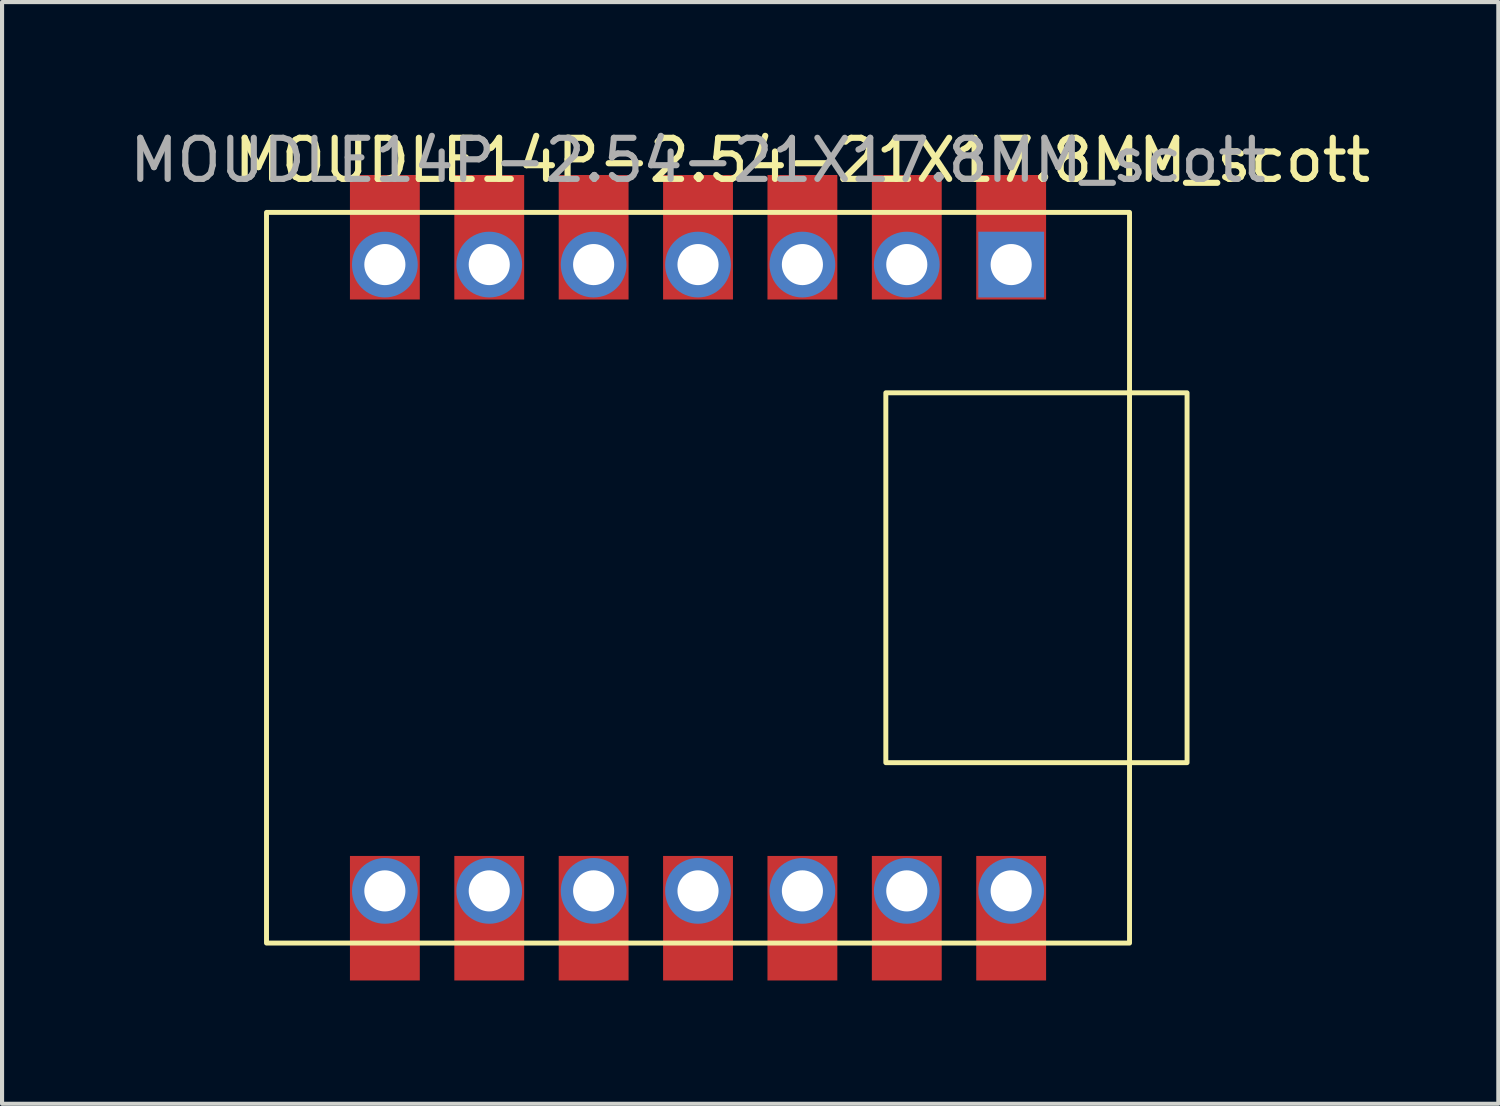
<source format=kicad_pcb>
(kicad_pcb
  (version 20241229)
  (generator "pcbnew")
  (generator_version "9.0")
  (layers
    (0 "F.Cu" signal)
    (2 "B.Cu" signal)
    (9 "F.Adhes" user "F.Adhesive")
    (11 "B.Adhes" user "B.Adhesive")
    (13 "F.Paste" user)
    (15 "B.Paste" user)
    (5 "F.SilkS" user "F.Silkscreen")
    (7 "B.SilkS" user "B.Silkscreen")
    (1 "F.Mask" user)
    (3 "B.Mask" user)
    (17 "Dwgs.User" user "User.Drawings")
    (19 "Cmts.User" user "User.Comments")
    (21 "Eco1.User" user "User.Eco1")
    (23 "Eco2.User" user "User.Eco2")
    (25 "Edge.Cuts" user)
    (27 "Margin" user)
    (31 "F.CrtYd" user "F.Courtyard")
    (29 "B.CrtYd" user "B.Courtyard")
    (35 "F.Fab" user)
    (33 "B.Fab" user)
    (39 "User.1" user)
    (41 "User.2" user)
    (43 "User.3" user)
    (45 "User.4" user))
  (footprint "MOUDLE14P-2.54-21X17.8MM_scott"
    (layer "F.Cu")
    (at 13.935 11.008)
    (property "Reference" "MOUDLE14P-2.54-21X17.8MM_scott" (at 2.54 -10.16 0) (unlocked yes) (layer "F.SilkS") (effects (font (size 1 1) (thickness 0.15))))
    (attr through_hole)
    (fp_rect (start -10.5 -8.89) (end 10.5 8.89) (stroke (width 0.12) (type solid)) (fill no) (layer "F.SilkS"))
    (fp_rect (start 4.57 -4.5) (end 11.9 4.5) (stroke (width 0.12) (type solid)) (fill no) (layer "F.SilkS"))
    (fp_text user "${REFERENCE}" (at 0 -10.16 0) (unlocked yes) (layer "F.Fab") (effects (font (size 1 1) (thickness 0.15))))
    (pad "1" thru_hole rect (at 7.62 -7.62) (size 1.6 1.6) (drill 1) (layers "*.Cu" "*.Mask"))
    (pad "1" smd rect (at 7.62 -7.62 270) (size 3.03 1.7) (drill (offset -0.665 -0.000001)) (layers "F.Cu" "F.Mask"))
    (pad "2" thru_hole circle (at 5.08 -7.62) (size 1.6 1.6) (drill 1) (layers "*.Cu" "*.Mask"))
    (pad "2" smd rect (at 5.08 -7.385 270) (size 3.03 1.7) (drill (offset -0.9 0)) (layers "F.Cu" "F.Mask"))
    (pad "3" thru_hole circle (at 2.54 -7.62) (size 1.6 1.6) (drill 1) (layers "*.Cu" "*.Mask"))
    (pad "3" smd rect (at 2.54 -7.385 270) (size 3.03 1.7) (drill (offset -0.9 0)) (layers "F.Cu" "F.Mask"))
    (pad "4" thru_hole circle (at 0 -7.62) (size 1.6 1.6) (drill 1) (layers "*.Cu" "*.Mask"))
    (pad "4" smd rect (at 0 -7.385 270) (size 3.03 1.7) (drill (offset -0.9 0)) (layers "F.Cu" "F.Mask"))
    (pad "5" thru_hole circle (at -2.54 -7.62) (size 1.6 1.6) (drill 1) (layers "*.Cu" "*.Mask"))
    (pad "5" smd rect (at -2.54 -7.385 270) (size 3.03 1.7) (drill (offset -0.9 0)) (layers "F.Cu" "F.Mask"))
    (pad "6" thru_hole circle (at -5.08 -7.62) (size 1.6 1.6) (drill 1) (layers "*.Cu" "*.Mask"))
    (pad "6" smd rect (at -5.08 -7.385 270) (size 3.03 1.7) (drill (offset -0.9 0)) (layers "F.Cu" "F.Mask"))
    (pad "7" thru_hole circle (at -7.62 -7.62) (size 1.6 1.6) (drill 1) (layers "*.Cu" "*.Mask"))
    (pad "7" smd rect (at -7.62 -7.385 270) (size 3.03 1.7) (drill (offset -0.9 0)) (layers "F.Cu" "F.Mask"))
    (pad "8" smd rect (at -7.62 7.385 90) (size 3.03 1.7) (drill (offset -0.9 0)) (layers "F.Cu" "F.Mask"))
    (pad "8" thru_hole circle (at -7.62 7.62) (size 1.6 1.6) (drill 1) (layers "*.Cu" "*.Mask"))
    (pad "9" smd rect (at -5.08 7.385 90) (size 3.03 1.7) (drill (offset -0.9 0)) (layers "F.Cu" "F.Mask"))
    (pad "9" thru_hole circle (at -5.08 7.62) (size 1.6 1.6) (drill 1) (layers "*.Cu" "*.Mask"))
    (pad "10" smd rect (at -2.54 7.385 90) (size 3.03 1.7) (drill (offset -0.9 0)) (layers "F.Cu" "F.Mask"))
    (pad "10" thru_hole circle (at -2.54 7.62) (size 1.6 1.6) (drill 1) (layers "*.Cu" "*.Mask"))
    (pad "11" smd rect (at 0 7.385 90) (size 3.03 1.7) (drill (offset -0.9 0)) (layers "F.Cu" "F.Mask"))
    (pad "11" thru_hole circle (at 0 7.62) (size 1.6 1.6) (drill 1) (layers "*.Cu" "*.Mask"))
    (pad "12" smd rect (at 2.54 7.385 90) (size 3.03 1.7) (drill (offset -0.9 0)) (layers "F.Cu" "F.Mask"))
    (pad "12" thru_hole circle (at 2.54 7.62) (size 1.6 1.6) (drill 1) (layers "*.Cu" "*.Mask"))
    (pad "13" smd rect (at 5.08 7.385 90) (size 3.03 1.7) (drill (offset -0.9 0)) (layers "F.Cu" "F.Mask"))
    (pad "13" thru_hole circle (at 5.08 7.62) (size 1.6 1.6) (drill 1) (layers "*.Cu" "*.Mask"))
    (pad "14" thru_hole circle (at 7.62 7.62) (size 1.6 1.6) (drill 1) (layers "*.Cu" "*.Mask"))
    (pad "14" smd rect (at 7.62 7.62 90) (size 3.03 1.7) (drill (offset -0.665 0)) (layers "F.Cu" "F.Mask")))
  (gr_rect
    (start -3 -3)
    (end 33.409 23.808)
    (stroke (width 0.1) (type default))
    (fill no)
    (layer "Edge.Cuts")))
</source>
